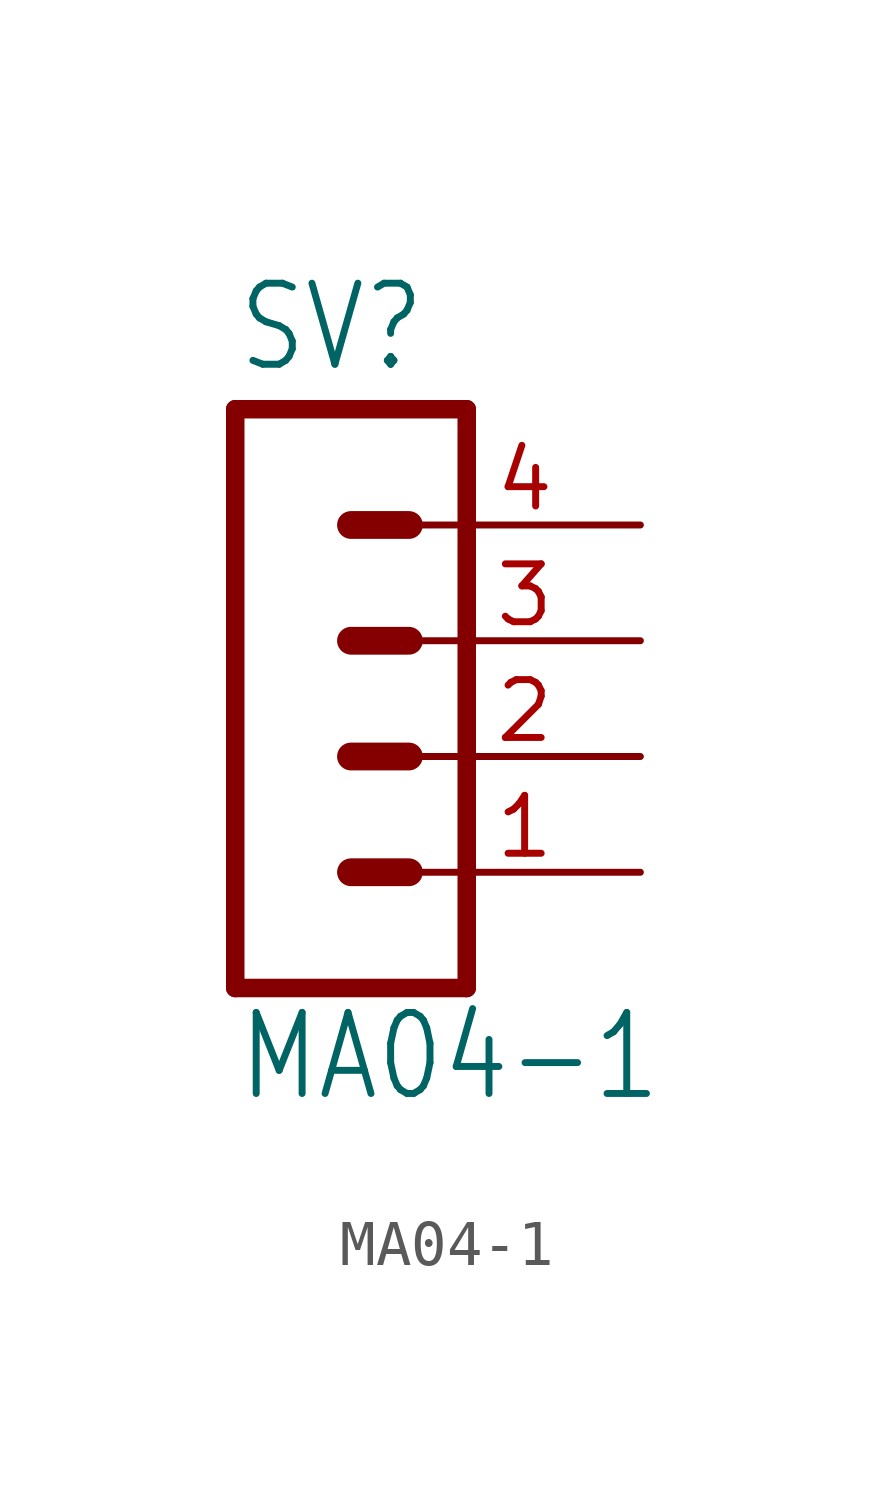
<source format=kicad_sym>
(kicad_symbol_lib
  (version 20220331)
  (generator kicad_symbol_editor)
  (symbol "MA04-1"
    (property "Reference" "SV"
      (at -1.27 5.842 0)
      (effects (font (size 1.778 1.511)) (justify left bottom)))
    (property "Value" "MA04-1"
      (at -1.27 -10.16 0)
      (effects (font (size 1.778 1.511)) (justify left bottom)))
    (property "ki_locked" ""
      (at 0 0 0)
      (effects (font (size 1.27 1.27))))
    (symbol "MA04-1_1_0"
      (polyline (pts (xy -1.27 5.08) (xy -1.27 -7.62)) (stroke (width 0.406) (type solid)) (fill (type none)))
      (polyline (pts (xy -1.27 5.08) (xy 3.81 5.08)) (stroke (width 0.406) (type solid)) (fill (type none)))
      (polyline (pts (xy 1.27 -5.08) (xy 2.54 -5.08)) (stroke (width 0.61) (type solid)) (fill (type none)))
      (polyline (pts (xy 1.27 -2.54) (xy 2.54 -2.54)) (stroke (width 0.61) (type solid)) (fill (type none)))
      (polyline (pts (xy 1.27 0) (xy 2.54 0)) (stroke (width 0.61) (type solid)) (fill (type none)))
      (polyline (pts (xy 1.27 2.54) (xy 2.54 2.54)) (stroke (width 0.61) (type solid)) (fill (type none)))
      (polyline (pts (xy 3.81 -7.62) (xy -1.27 -7.62)) (stroke (width 0.406) (type solid)) (fill (type none)))
      (polyline (pts (xy 3.81 -7.62) (xy 3.81 5.08)) (stroke (width 0.406) (type solid)) (fill (type none)))
      (pin passive line (at 7.62 -5.08 180) (length 5.08) (name "1" (effects (font (size 0 0)))) (number "1" (effects (font (size 1.27 1.27)))))
      (pin passive line (at 7.62 -2.54 180) (length 5.08) (name "2" (effects (font (size 0 0)))) (number "2" (effects (font (size 1.27 1.27)))))
      (pin passive line (at 7.62 0 180) (length 5.08) (name "3" (effects (font (size 0 0)))) (number "3" (effects (font (size 1.27 1.27)))))
      (pin passive line (at 7.62 2.54 180) (length 5.08) (name "4" (effects (font (size 0 0)))) (number "4" (effects (font (size 1.27 1.27))))))))
</source>
